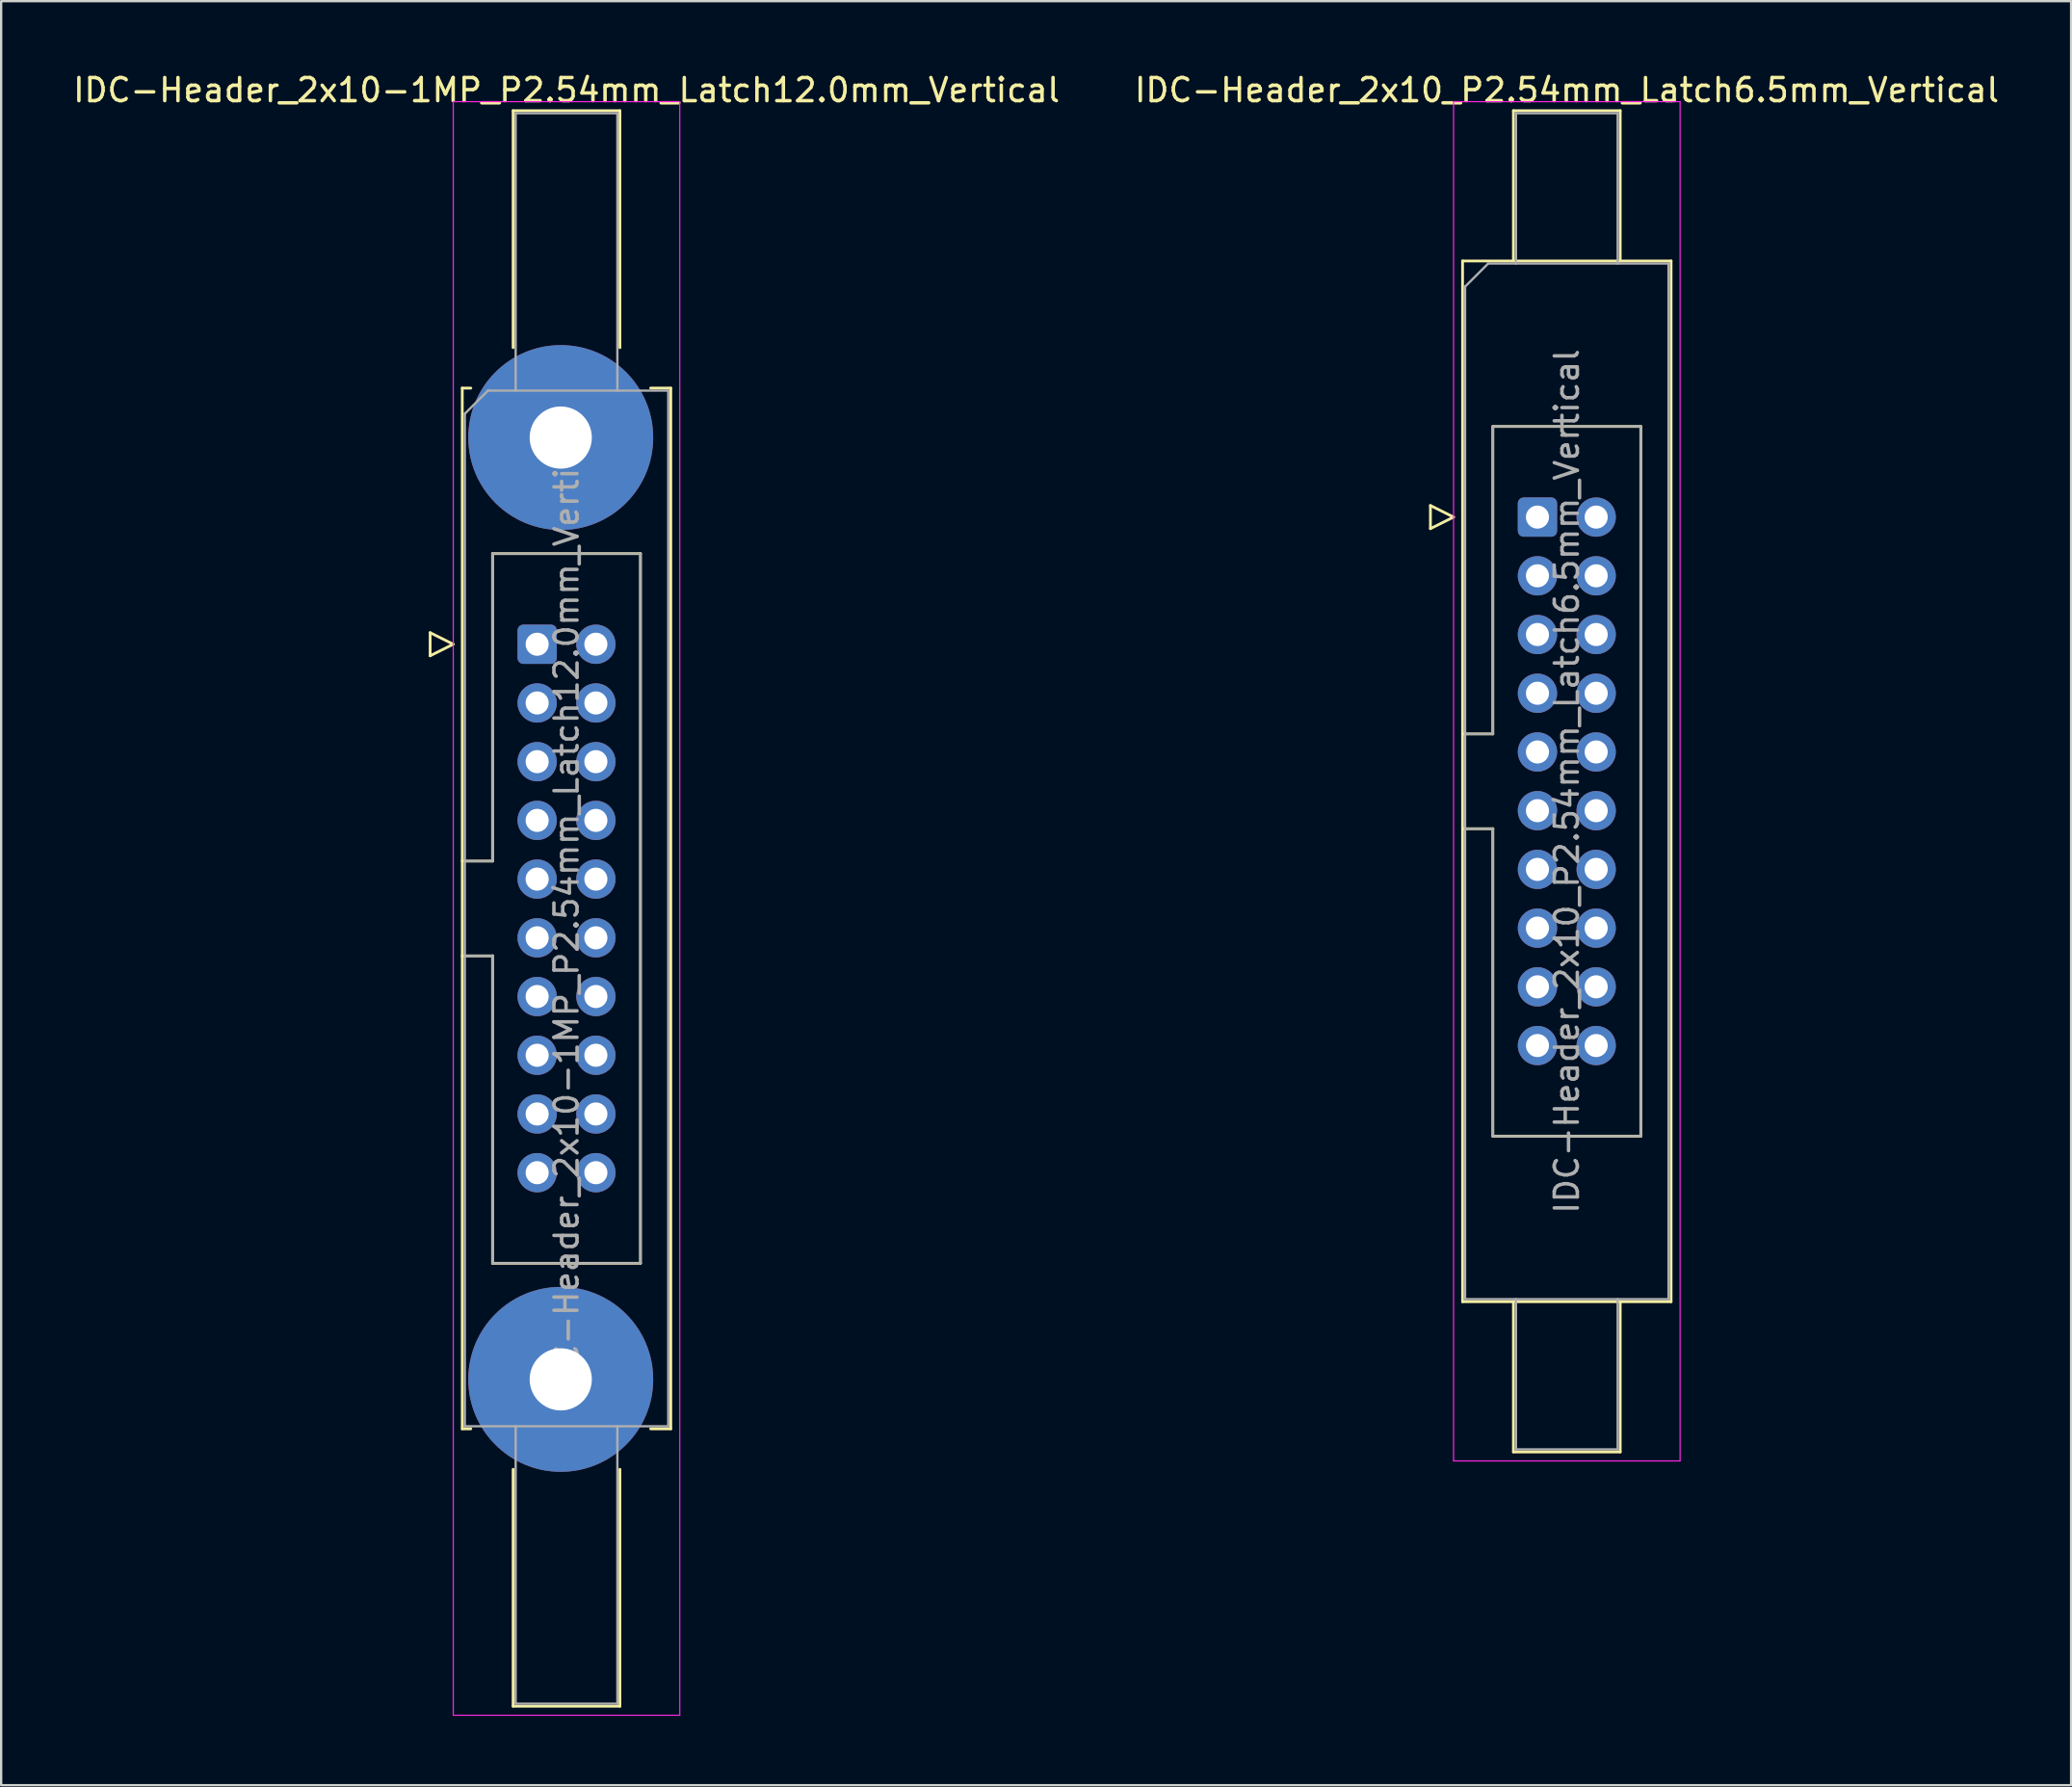
<source format=kicad_pcb>
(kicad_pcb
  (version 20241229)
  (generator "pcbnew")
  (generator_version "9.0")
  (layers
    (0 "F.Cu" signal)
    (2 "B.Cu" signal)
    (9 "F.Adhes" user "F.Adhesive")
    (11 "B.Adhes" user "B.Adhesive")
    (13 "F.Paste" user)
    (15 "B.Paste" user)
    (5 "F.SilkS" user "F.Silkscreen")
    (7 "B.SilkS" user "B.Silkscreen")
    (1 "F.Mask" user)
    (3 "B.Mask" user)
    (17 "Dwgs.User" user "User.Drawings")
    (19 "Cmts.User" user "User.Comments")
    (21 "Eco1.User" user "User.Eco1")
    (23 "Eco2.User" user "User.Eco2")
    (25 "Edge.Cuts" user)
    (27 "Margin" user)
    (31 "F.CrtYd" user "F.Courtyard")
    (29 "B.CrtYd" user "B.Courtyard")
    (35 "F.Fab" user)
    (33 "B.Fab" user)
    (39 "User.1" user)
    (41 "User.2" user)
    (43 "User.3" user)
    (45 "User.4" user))
  (footprint "IDC-Header_2x10_P2.54mm_Latch6.5mm_Vertical"
    (layer "F.Cu")
    (at 63.462 19.318)
    (property "Reference" "IDC-Header_2x10_P2.54mm_Latch6.5mm_Vertical" (at 1.27 -18.47 0) (layer "F.SilkS") (effects (font (size 1 1) (thickness 0.15))))
    (attr through_hole)
    (fp_line (start -4.63 -0.5) (end -4.63 0.5) (stroke (width 0.12) (type solid)) (layer "F.SilkS"))
    (fp_line (start -4.63 0.5) (end -3.63 0) (stroke (width 0.12) (type solid)) (layer "F.SilkS"))
    (fp_line (start -3.63 0) (end -4.63 -0.5) (stroke (width 0.12) (type solid)) (layer "F.SilkS"))
    (fp_line (start -3.24 -11.08) (end 5.78 -11.08) (stroke (width 0.12) (type solid)) (layer "F.SilkS"))
    (fp_line (start -3.24 9.38) (end -1.93 9.38) (stroke (width 0.12) (type solid)) (layer "F.SilkS"))
    (fp_line (start -3.24 33.94) (end -3.24 -11.08) (stroke (width 0.12) (type solid)) (layer "F.SilkS"))
    (fp_line (start -1.93 -3.92) (end 4.47 -3.92) (stroke (width 0.12) (type solid)) (layer "F.SilkS"))
    (fp_line (start -1.93 9.38) (end -1.93 -3.92) (stroke (width 0.12) (type solid)) (layer "F.SilkS"))
    (fp_line (start -1.93 13.48) (end -3.24 13.48) (stroke (width 0.12) (type solid)) (layer "F.SilkS"))
    (fp_line (start -1.93 13.48) (end -1.93 13.48) (stroke (width 0.12) (type solid)) (layer "F.SilkS"))
    (fp_line (start -1.93 26.78) (end -1.93 13.48) (stroke (width 0.12) (type solid)) (layer "F.SilkS"))
    (fp_line (start -1.04 -17.58) (end 3.58 -17.58) (stroke (width 0.12) (type solid)) (layer "F.SilkS"))
    (fp_line (start -1.04 -11.08) (end -1.04 -17.58) (stroke (width 0.12) (type solid)) (layer "F.SilkS"))
    (fp_line (start -1.04 33.94) (end -1.04 40.44) (stroke (width 0.12) (type solid)) (layer "F.SilkS"))
    (fp_line (start -1.04 40.44) (end 3.58 40.44) (stroke (width 0.12) (type solid)) (layer "F.SilkS"))
    (fp_line (start 3.58 -17.58) (end 3.58 -11.08) (stroke (width 0.12) (type solid)) (layer "F.SilkS"))
    (fp_line (start 3.58 40.44) (end 3.58 33.94) (stroke (width 0.12) (type solid)) (layer "F.SilkS"))
    (fp_line (start 4.47 -3.92) (end 4.47 26.78) (stroke (width 0.12) (type solid)) (layer "F.SilkS"))
    (fp_line (start 4.47 26.78) (end -1.93 26.78) (stroke (width 0.12) (type solid)) (layer "F.SilkS"))
    (fp_line (start 5.78 -11.08) (end 5.78 33.94) (stroke (width 0.12) (type solid)) (layer "F.SilkS"))
    (fp_line (start 5.78 33.94) (end -3.24 33.94) (stroke (width 0.12) (type solid)) (layer "F.SilkS"))
    (fp_line (start -3.63 -17.97) (end -3.63 40.83) (stroke (width 0.05) (type solid)) (layer "F.CrtYd"))
    (fp_line (start -3.63 40.83) (end 6.17 40.83) (stroke (width 0.05) (type solid)) (layer "F.CrtYd"))
    (fp_line (start 6.17 -17.97) (end -3.63 -17.97) (stroke (width 0.05) (type solid)) (layer "F.CrtYd"))
    (fp_line (start 6.17 40.83) (end 6.17 -17.97) (stroke (width 0.05) (type solid)) (layer "F.CrtYd"))
    (fp_line (start -3.13 -9.97) (end -2.13 -10.97) (stroke (width 0.1) (type solid)) (layer "F.Fab"))
    (fp_line (start -3.13 9.38) (end -1.93 9.38) (stroke (width 0.1) (type solid)) (layer "F.Fab"))
    (fp_line (start -3.13 33.83) (end -3.13 -9.97) (stroke (width 0.1) (type solid)) (layer "F.Fab"))
    (fp_line (start -2.13 -10.97) (end 5.67 -10.97) (stroke (width 0.1) (type solid)) (layer "F.Fab"))
    (fp_line (start -1.93 -3.92) (end 4.47 -3.92) (stroke (width 0.1) (type solid)) (layer "F.Fab"))
    (fp_line (start -1.93 9.38) (end -1.93 -3.92) (stroke (width 0.1) (type solid)) (layer "F.Fab"))
    (fp_line (start -1.93 13.48) (end -3.13 13.48) (stroke (width 0.1) (type solid)) (layer "F.Fab"))
    (fp_line (start -1.93 13.48) (end -1.93 13.48) (stroke (width 0.1) (type solid)) (layer "F.Fab"))
    (fp_line (start -1.93 26.78) (end -1.93 13.48) (stroke (width 0.1) (type solid)) (layer "F.Fab"))
    (fp_line (start -0.93 -17.47) (end 3.47 -17.47) (stroke (width 0.1) (type solid)) (layer "F.Fab"))
    (fp_line (start -0.93 -10.97) (end -0.93 -17.47) (stroke (width 0.1) (type solid)) (layer "F.Fab"))
    (fp_line (start -0.93 33.83) (end -0.93 40.33) (stroke (width 0.1) (type solid)) (layer "F.Fab"))
    (fp_line (start -0.93 40.33) (end 3.47 40.33) (stroke (width 0.1) (type solid)) (layer "F.Fab"))
    (fp_line (start 3.47 -17.47) (end 3.47 -10.97) (stroke (width 0.1) (type solid)) (layer "F.Fab"))
    (fp_line (start 3.47 40.33) (end 3.47 33.83) (stroke (width 0.1) (type solid)) (layer "F.Fab"))
    (fp_line (start 4.47 -3.92) (end 4.47 26.78) (stroke (width 0.1) (type solid)) (layer "F.Fab"))
    (fp_line (start 4.47 26.78) (end -1.93 26.78) (stroke (width 0.1) (type solid)) (layer "F.Fab"))
    (fp_line (start 5.67 -10.97) (end 5.67 33.83) (stroke (width 0.1) (type solid)) (layer "F.Fab"))
    (fp_line (start 5.67 33.83) (end -3.13 33.83) (stroke (width 0.1) (type solid)) (layer "F.Fab"))
    (fp_text user "${REFERENCE}" (at 1.27 11.43 90) (layer "F.Fab") (effects (font (size 1 1) (thickness 0.15))))
    (pad "1" thru_hole roundrect (at 0 0) (size 1.7 1.7) (drill 1) (layers "*.Cu" "*.Mask") (roundrect_rratio 0.147))
    (pad "2" thru_hole circle (at 2.54 0) (size 1.7 1.7) (drill 1) (layers "*.Cu" "*.Mask"))
    (pad "3" thru_hole circle (at 0 2.54) (size 1.7 1.7) (drill 1) (layers "*.Cu" "*.Mask"))
    (pad "4" thru_hole circle (at 2.54 2.54) (size 1.7 1.7) (drill 1) (layers "*.Cu" "*.Mask"))
    (pad "5" thru_hole circle (at 0 5.08) (size 1.7 1.7) (drill 1) (layers "*.Cu" "*.Mask"))
    (pad "6" thru_hole circle (at 2.54 5.08) (size 1.7 1.7) (drill 1) (layers "*.Cu" "*.Mask"))
    (pad "7" thru_hole circle (at 0 7.62) (size 1.7 1.7) (drill 1) (layers "*.Cu" "*.Mask"))
    (pad "8" thru_hole circle (at 2.54 7.62) (size 1.7 1.7) (drill 1) (layers "*.Cu" "*.Mask"))
    (pad "9" thru_hole circle (at 0 10.16) (size 1.7 1.7) (drill 1) (layers "*.Cu" "*.Mask"))
    (pad "10" thru_hole circle (at 2.54 10.16) (size 1.7 1.7) (drill 1) (layers "*.Cu" "*.Mask"))
    (pad "11" thru_hole circle (at 0 12.7) (size 1.7 1.7) (drill 1) (layers "*.Cu" "*.Mask"))
    (pad "12" thru_hole circle (at 2.54 12.7) (size 1.7 1.7) (drill 1) (layers "*.Cu" "*.Mask"))
    (pad "13" thru_hole circle (at 0 15.24) (size 1.7 1.7) (drill 1) (layers "*.Cu" "*.Mask"))
    (pad "14" thru_hole circle (at 2.54 15.24) (size 1.7 1.7) (drill 1) (layers "*.Cu" "*.Mask"))
    (pad "15" thru_hole circle (at 0 17.78) (size 1.7 1.7) (drill 1) (layers "*.Cu" "*.Mask"))
    (pad "16" thru_hole circle (at 2.54 17.78) (size 1.7 1.7) (drill 1) (layers "*.Cu" "*.Mask"))
    (pad "17" thru_hole circle (at 0 20.32) (size 1.7 1.7) (drill 1) (layers "*.Cu" "*.Mask"))
    (pad "18" thru_hole circle (at 2.54 20.32) (size 1.7 1.7) (drill 1) (layers "*.Cu" "*.Mask"))
    (pad "19" thru_hole circle (at 0 22.86) (size 1.7 1.7) (drill 1) (layers "*.Cu" "*.Mask"))
    (pad "20" thru_hole circle (at 2.54 22.86) (size 1.7 1.7) (drill 1) (layers "*.Cu" "*.Mask")))
  (footprint "IDC-Header_2x10-1MP_P2.54mm_Latch12.0mm_Vertical"
    (layer "F.Cu")
    (at 20.188 24.818)
    (property "Reference" "IDC-Header_2x10-1MP_P2.54mm_Latch12.0mm_Vertical" (at 1.27 -23.97 0) (layer "F.SilkS") (effects (font (size 1 1) (thickness 0.15))))
    (attr through_hole)
    (fp_line (start -4.63 -0.5) (end -4.63 0.5) (stroke (width 0.12) (type solid)) (layer "F.SilkS"))
    (fp_line (start -4.63 0.5) (end -3.63 0) (stroke (width 0.12) (type solid)) (layer "F.SilkS"))
    (fp_line (start -3.63 0) (end -4.63 -0.5) (stroke (width 0.12) (type solid)) (layer "F.SilkS"))
    (fp_line (start -3.24 -11.08) (end -3.24 33.94) (stroke (width 0.12) (type solid)) (layer "F.SilkS"))
    (fp_line (start -3.24 9.38) (end -1.93 9.38) (stroke (width 0.12) (type solid)) (layer "F.SilkS"))
    (fp_line (start -3.24 33.94) (end -2.87 33.94) (stroke (width 0.12) (type solid)) (layer "F.SilkS"))
    (fp_line (start -2.87 -11.08) (end -3.24 -11.08) (stroke (width 0.12) (type solid)) (layer "F.SilkS"))
    (fp_line (start -1.93 -3.92) (end 4.47 -3.92) (stroke (width 0.12) (type solid)) (layer "F.SilkS"))
    (fp_line (start -1.93 9.38) (end -1.93 -3.92) (stroke (width 0.12) (type solid)) (layer "F.SilkS"))
    (fp_line (start -1.93 13.48) (end -3.24 13.48) (stroke (width 0.12) (type solid)) (layer "F.SilkS"))
    (fp_line (start -1.93 13.48) (end -1.93 13.48) (stroke (width 0.12) (type solid)) (layer "F.SilkS"))
    (fp_line (start -1.93 26.78) (end -1.93 13.48) (stroke (width 0.12) (type solid)) (layer "F.SilkS"))
    (fp_line (start -1.04 -23.08) (end 3.58 -23.08) (stroke (width 0.12) (type solid)) (layer "F.SilkS"))
    (fp_line (start -1.04 -12.83) (end -1.04 -23.08) (stroke (width 0.12) (type solid)) (layer "F.SilkS"))
    (fp_line (start -1.04 35.69) (end -1.04 45.94) (stroke (width 0.12) (type solid)) (layer "F.SilkS"))
    (fp_line (start -1.04 45.94) (end 3.58 45.94) (stroke (width 0.12) (type solid)) (layer "F.SilkS"))
    (fp_line (start 3.58 -23.08) (end 3.58 -12.83) (stroke (width 0.12) (type solid)) (layer "F.SilkS"))
    (fp_line (start 3.58 45.94) (end 3.58 35.69) (stroke (width 0.12) (type solid)) (layer "F.SilkS"))
    (fp_line (start 4.47 -3.92) (end 4.47 26.78) (stroke (width 0.12) (type solid)) (layer "F.SilkS"))
    (fp_line (start 4.47 26.78) (end -1.93 26.78) (stroke (width 0.12) (type solid)) (layer "F.SilkS"))
    (fp_line (start 4.91 -11.08) (end 5.78 -11.08) (stroke (width 0.12) (type solid)) (layer "F.SilkS"))
    (fp_line (start 5.78 -11.08) (end 5.78 33.94) (stroke (width 0.12) (type solid)) (layer "F.SilkS"))
    (fp_line (start 5.78 33.94) (end 4.91 33.94) (stroke (width 0.12) (type solid)) (layer "F.SilkS"))
    (fp_line (start -3.63 -23.47) (end -3.63 46.33) (stroke (width 0.05) (type solid)) (layer "F.CrtYd"))
    (fp_line (start -3.63 46.33) (end 6.17 46.33) (stroke (width 0.05) (type solid)) (layer "F.CrtYd"))
    (fp_line (start 6.17 -23.47) (end -3.63 -23.47) (stroke (width 0.05) (type solid)) (layer "F.CrtYd"))
    (fp_line (start 6.17 46.33) (end 6.17 -23.47) (stroke (width 0.05) (type solid)) (layer "F.CrtYd"))
    (fp_line (start -3.13 -9.97) (end -2.13 -10.97) (stroke (width 0.1) (type solid)) (layer "F.Fab"))
    (fp_line (start -3.13 9.38) (end -1.93 9.38) (stroke (width 0.1) (type solid)) (layer "F.Fab"))
    (fp_line (start -3.13 33.83) (end -3.13 -9.97) (stroke (width 0.1) (type solid)) (layer "F.Fab"))
    (fp_line (start -2.13 -10.97) (end 5.67 -10.97) (stroke (width 0.1) (type solid)) (layer "F.Fab"))
    (fp_line (start -1.93 -3.92) (end 4.47 -3.92) (stroke (width 0.1) (type solid)) (layer "F.Fab"))
    (fp_line (start -1.93 9.38) (end -1.93 -3.92) (stroke (width 0.1) (type solid)) (layer "F.Fab"))
    (fp_line (start -1.93 13.48) (end -3.13 13.48) (stroke (width 0.1) (type solid)) (layer "F.Fab"))
    (fp_line (start -1.93 13.48) (end -1.93 13.48) (stroke (width 0.1) (type solid)) (layer "F.Fab"))
    (fp_line (start -1.93 26.78) (end -1.93 13.48) (stroke (width 0.1) (type solid)) (layer "F.Fab"))
    (fp_line (start -0.93 -22.97) (end 3.47 -22.97) (stroke (width 0.1) (type solid)) (layer "F.Fab"))
    (fp_line (start -0.93 -10.97) (end -0.93 -22.97) (stroke (width 0.1) (type solid)) (layer "F.Fab"))
    (fp_line (start -0.93 33.83) (end -0.93 45.83) (stroke (width 0.1) (type solid)) (layer "F.Fab"))
    (fp_line (start -0.93 45.83) (end 3.47 45.83) (stroke (width 0.1) (type solid)) (layer "F.Fab"))
    (fp_line (start 3.47 -22.97) (end 3.47 -10.97) (stroke (width 0.1) (type solid)) (layer "F.Fab"))
    (fp_line (start 3.47 45.83) (end 3.47 33.83) (stroke (width 0.1) (type solid)) (layer "F.Fab"))
    (fp_line (start 4.47 -3.92) (end 4.47 26.78) (stroke (width 0.1) (type solid)) (layer "F.Fab"))
    (fp_line (start 4.47 26.78) (end -1.93 26.78) (stroke (width 0.1) (type solid)) (layer "F.Fab"))
    (fp_line (start 5.67 -10.97) (end 5.67 33.83) (stroke (width 0.1) (type solid)) (layer "F.Fab"))
    (fp_line (start 5.67 33.83) (end -3.13 33.83) (stroke (width 0.1) (type solid)) (layer "F.Fab"))
    (fp_text user "${REFERENCE}" (at 1.27 11.43 90) (layer "F.Fab") (effects (font (size 1 1) (thickness 0.15))))
    (pad "1" thru_hole roundrect (at 0 0) (size 1.7 1.7) (drill 1) (layers "*.Cu" "*.Mask") (roundrect_rratio 0.147))
    (pad "2" thru_hole circle (at 2.54 0) (size 1.7 1.7) (drill 1) (layers "*.Cu" "*.Mask"))
    (pad "3" thru_hole circle (at 0 2.54) (size 1.7 1.7) (drill 1) (layers "*.Cu" "*.Mask"))
    (pad "4" thru_hole circle (at 2.54 2.54) (size 1.7 1.7) (drill 1) (layers "*.Cu" "*.Mask"))
    (pad "5" thru_hole circle (at 0 5.08) (size 1.7 1.7) (drill 1) (layers "*.Cu" "*.Mask"))
    (pad "6" thru_hole circle (at 2.54 5.08) (size 1.7 1.7) (drill 1) (layers "*.Cu" "*.Mask"))
    (pad "7" thru_hole circle (at 0 7.62) (size 1.7 1.7) (drill 1) (layers "*.Cu" "*.Mask"))
    (pad "8" thru_hole circle (at 2.54 7.62) (size 1.7 1.7) (drill 1) (layers "*.Cu" "*.Mask"))
    (pad "9" thru_hole circle (at 0 10.16) (size 1.7 1.7) (drill 1) (layers "*.Cu" "*.Mask"))
    (pad "10" thru_hole circle (at 2.54 10.16) (size 1.7 1.7) (drill 1) (layers "*.Cu" "*.Mask"))
    (pad "11" thru_hole circle (at 0 12.7) (size 1.7 1.7) (drill 1) (layers "*.Cu" "*.Mask"))
    (pad "12" thru_hole circle (at 2.54 12.7) (size 1.7 1.7) (drill 1) (layers "*.Cu" "*.Mask"))
    (pad "13" thru_hole circle (at 0 15.24) (size 1.7 1.7) (drill 1) (layers "*.Cu" "*.Mask"))
    (pad "14" thru_hole circle (at 2.54 15.24) (size 1.7 1.7) (drill 1) (layers "*.Cu" "*.Mask"))
    (pad "15" thru_hole circle (at 0 17.78) (size 1.7 1.7) (drill 1) (layers "*.Cu" "*.Mask"))
    (pad "16" thru_hole circle (at 2.54 17.78) (size 1.7 1.7) (drill 1) (layers "*.Cu" "*.Mask"))
    (pad "17" thru_hole circle (at 0 20.32) (size 1.7 1.7) (drill 1) (layers "*.Cu" "*.Mask"))
    (pad "18" thru_hole circle (at 2.54 20.32) (size 1.7 1.7) (drill 1) (layers "*.Cu" "*.Mask"))
    (pad "19" thru_hole circle (at 0 22.86) (size 1.7 1.7) (drill 1) (layers "*.Cu" "*.Mask"))
    (pad "20" thru_hole circle (at 2.54 22.86) (size 1.7 1.7) (drill 1) (layers "*.Cu" "*.Mask"))
    (pad "MP" thru_hole circle (at 1.02 -8.94) (size 8 8) (drill 2.69) (layers "*.Cu" "*.Mask"))
    (pad "MP" thru_hole circle (at 1.02 31.8) (size 8 8) (drill 2.69) (layers "*.Cu" "*.Mask")))
  (gr_rect
    (start -3 -3)
    (end 86.548 74.173)
    (stroke (width 0.1) (type default))
    (fill no)
    (layer "Edge.Cuts")))
</source>
